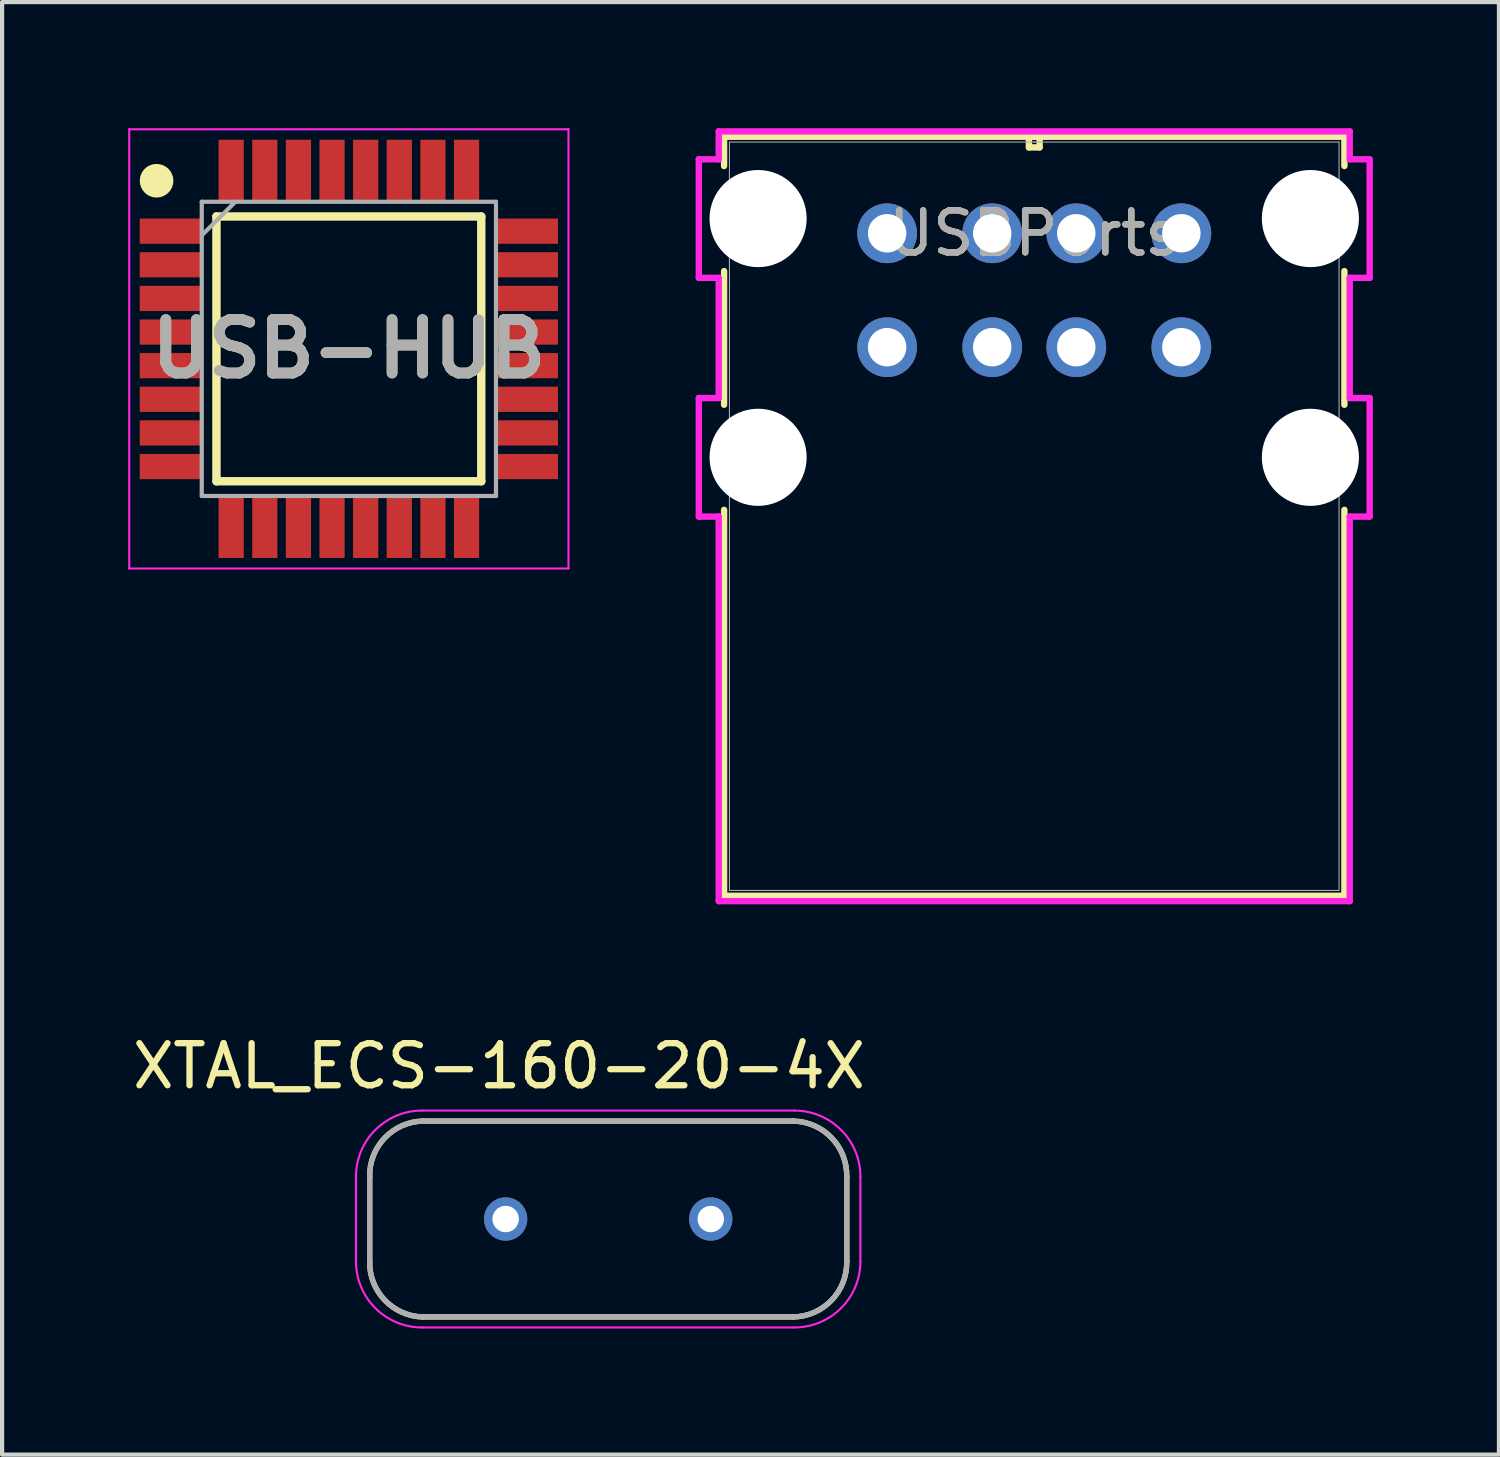
<source format=kicad_pcb>
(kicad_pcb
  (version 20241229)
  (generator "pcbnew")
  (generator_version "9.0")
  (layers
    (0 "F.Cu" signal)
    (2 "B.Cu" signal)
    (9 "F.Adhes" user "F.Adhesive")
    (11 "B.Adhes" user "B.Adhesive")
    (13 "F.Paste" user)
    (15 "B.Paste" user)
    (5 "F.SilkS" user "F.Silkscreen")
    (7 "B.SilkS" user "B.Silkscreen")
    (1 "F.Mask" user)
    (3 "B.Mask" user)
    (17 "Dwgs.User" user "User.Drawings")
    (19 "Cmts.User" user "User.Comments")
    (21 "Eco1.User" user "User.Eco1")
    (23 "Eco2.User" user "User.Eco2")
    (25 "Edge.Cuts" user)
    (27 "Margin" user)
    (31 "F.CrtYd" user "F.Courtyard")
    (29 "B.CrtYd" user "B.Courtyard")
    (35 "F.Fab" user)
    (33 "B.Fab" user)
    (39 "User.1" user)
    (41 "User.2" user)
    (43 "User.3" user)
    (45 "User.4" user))
  (footprint "USBPorts"
    (layer "F.Cu")
    (at 18.056 2.5)
    (property "Reference" "USBPorts" (at 3.5 0 0) (unlocked yes) (layer "F.SilkS") (effects (font (size 1 1) (thickness 0.15))))
    (attr through_hole)
    (fp_line (start -3.879 -2.297) (end -3.879 -1.6) (stroke (width 0.152) (type solid)) (layer "F.SilkS"))
    (fp_line (start -3.879 0.9) (end -3.879 4.08) (stroke (width 0.152) (type solid)) (layer "F.SilkS"))
    (fp_line (start -3.879 6.58) (end -3.879 15.762) (stroke (width 0.152) (type solid)) (layer "F.SilkS"))
    (fp_line (start -3.879 15.762) (end 10.879 15.762) (stroke (width 0.152) (type solid)) (layer "F.SilkS"))
    (fp_line (start 3.373 -2.297) (end 3.373 -2.043) (stroke (width 0.152) (type solid)) (layer "F.SilkS"))
    (fp_line (start 3.373 -2.043) (end 3.627 -2.043) (stroke (width 0.152) (type solid)) (layer "F.SilkS"))
    (fp_line (start 3.627 -2.297) (end 3.373 -2.297) (stroke (width 0.152) (type solid)) (layer "F.SilkS"))
    (fp_line (start 3.627 -2.043) (end 3.627 -2.297) (stroke (width 0.152) (type solid)) (layer "F.SilkS"))
    (fp_line (start 10.879 -2.297) (end -3.879 -2.297) (stroke (width 0.152) (type solid)) (layer "F.SilkS"))
    (fp_line (start 10.879 -1.6) (end 10.879 -2.297) (stroke (width 0.152) (type solid)) (layer "F.SilkS"))
    (fp_line (start 10.879 4.08) (end 10.879 0.9) (stroke (width 0.152) (type solid)) (layer "F.SilkS"))
    (fp_line (start 10.879 15.762) (end 10.879 6.58) (stroke (width 0.152) (type solid)) (layer "F.SilkS"))
    (fp_line (start -4.48 -1.76) (end -4.48 1.06) (stroke (width 0.152) (type solid)) (layer "F.CrtYd"))
    (fp_line (start -4.48 1.06) (end -4.006 1.06) (stroke (width 0.152) (type solid)) (layer "F.CrtYd"))
    (fp_line (start -4.48 3.92) (end -4.48 6.74) (stroke (width 0.152) (type solid)) (layer "F.CrtYd"))
    (fp_line (start -4.48 6.74) (end -4.006 6.74) (stroke (width 0.152) (type solid)) (layer "F.CrtYd"))
    (fp_line (start -4.006 -2.424) (end -4.006 -1.76) (stroke (width 0.152) (type solid)) (layer "F.CrtYd"))
    (fp_line (start -4.006 -1.76) (end -4.48 -1.76) (stroke (width 0.152) (type solid)) (layer "F.CrtYd"))
    (fp_line (start -4.006 1.06) (end -4.006 3.92) (stroke (width 0.152) (type solid)) (layer "F.CrtYd"))
    (fp_line (start -4.006 3.92) (end -4.48 3.92) (stroke (width 0.152) (type solid)) (layer "F.CrtYd"))
    (fp_line (start -4.006 6.74) (end -4.006 15.889) (stroke (width 0.152) (type solid)) (layer "F.CrtYd"))
    (fp_line (start -4.006 15.889) (end 11.006 15.889) (stroke (width 0.152) (type solid)) (layer "F.CrtYd"))
    (fp_line (start 11.006 -2.424) (end -4.006 -2.424) (stroke (width 0.152) (type solid)) (layer "F.CrtYd"))
    (fp_line (start 11.006 -1.76) (end 11.006 -2.424) (stroke (width 0.152) (type solid)) (layer "F.CrtYd"))
    (fp_line (start 11.006 1.06) (end 11.48 1.06) (stroke (width 0.152) (type solid)) (layer "F.CrtYd"))
    (fp_line (start 11.006 3.92) (end 11.006 1.06) (stroke (width 0.152) (type solid)) (layer "F.CrtYd"))
    (fp_line (start 11.006 6.74) (end 11.48 6.74) (stroke (width 0.152) (type solid)) (layer "F.CrtYd"))
    (fp_line (start 11.006 15.889) (end 11.006 6.74) (stroke (width 0.152) (type solid)) (layer "F.CrtYd"))
    (fp_line (start 11.48 -1.76) (end 11.006 -1.76) (stroke (width 0.152) (type solid)) (layer "F.CrtYd"))
    (fp_line (start 11.48 1.06) (end 11.48 -1.76) (stroke (width 0.152) (type solid)) (layer "F.CrtYd"))
    (fp_line (start 11.48 3.92) (end 11.006 3.92) (stroke (width 0.152) (type solid)) (layer "F.CrtYd"))
    (fp_line (start 11.48 6.74) (end 11.48 3.92) (stroke (width 0.152) (type solid)) (layer "F.CrtYd"))
    (fp_line (start -3.752 -2.17) (end -3.752 15.635) (stroke (width 0.025) (type solid)) (layer "F.Fab"))
    (fp_line (start -3.752 15.635) (end 10.752 15.635) (stroke (width 0.025) (type solid)) (layer "F.Fab"))
    (fp_line (start 3.5 -2.17) (end 3.5 -2.17) (stroke (width 0.025) (type solid)) (layer "F.Fab"))
    (fp_line (start 3.5 -2.17) (end 3.5 -2.17) (stroke (width 0.025) (type solid)) (layer "F.Fab"))
    (fp_line (start 3.5 -2.17) (end 3.5 -2.17) (stroke (width 0.025) (type solid)) (layer "F.Fab"))
    (fp_line (start 3.5 -2.17) (end 3.5 -2.17) (stroke (width 0.025) (type solid)) (layer "F.Fab"))
    (fp_line (start 10.752 -2.17) (end -3.752 -2.17) (stroke (width 0.025) (type solid)) (layer "F.Fab"))
    (fp_line (start 10.752 15.635) (end 10.752 -2.17) (stroke (width 0.025) (type solid)) (layer "F.Fab"))
    (fp_text user "*" (at -2.54 0 0) (layer "F.SilkS") (effects (font (size 1 1) (thickness 0.15))))
    (fp_text user "*" (at -2.54 0 0) (unlocked yes) (layer "F.SilkS") (effects (font (size 1 1) (thickness 0.15))))
    (fp_text user "*" (at -2.54 0 0) (unlocked yes) (layer "F.Fab") (effects (font (size 1 1) (thickness 0.15))))
    (fp_text user "${REFERENCE}" (at 3.5 0 0) (unlocked yes) (layer "F.Fab") (effects (font (size 1 1) (thickness 0.15))))
    (fp_text user "*" (at -2.54 0 0) (layer "F.Fab") (effects (font (size 1 1) (thickness 0.15))))
    (pad "" np_thru_hole circle (at -3.07 -0.35) (size 2.311 2.311) (drill 2.311) (layers "*.Cu" "*.Mask"))
    (pad "" np_thru_hole circle (at -3.07 5.33) (size 2.311 2.311) (drill 2.311) (layers "*.Cu" "*.Mask"))
    (pad "" np_thru_hole circle (at 10.07 -0.35) (size 2.311 2.311) (drill 2.311) (layers "*.Cu" "*.Mask"))
    (pad "" np_thru_hole circle (at 10.07 5.33) (size 2.311 2.311) (drill 2.311) (layers "*.Cu" "*.Mask"))
    (pad "1" thru_hole circle (at 0 0) (size 1.422 1.422) (drill 0.914) (layers "*.Cu" "*.Mask"))
    (pad "2" thru_hole circle (at 2.5 0) (size 1.422 1.422) (drill 0.914) (layers "*.Cu" "*.Mask"))
    (pad "3" thru_hole circle (at 4.5 0) (size 1.422 1.422) (drill 0.914) (layers "*.Cu" "*.Mask"))
    (pad "4" thru_hole circle (at 7 0) (size 1.422 1.422) (drill 0.914) (layers "*.Cu" "*.Mask"))
    (pad "5" thru_hole circle (at 0 2.71) (size 1.422 1.422) (drill 0.914) (layers "*.Cu" "*.Mask"))
    (pad "6" thru_hole circle (at 2.5 2.71) (size 1.422 1.422) (drill 0.914) (layers "*.Cu" "*.Mask"))
    (pad "7" thru_hole circle (at 4.5 2.71) (size 1.422 1.422) (drill 0.914) (layers "*.Cu" "*.Mask"))
    (pad "8" thru_hole circle (at 7 2.71) (size 1.422 1.422) (drill 0.914) (layers "*.Cu" "*.Mask")))
  (footprint "USB-HUB"
    (layer "F.Cu")
    (at 5.25 5.25)
    (property "Reference" "USB-HUB" (at 0 0 0) (layer "F.SilkS") (effects (font (size 1.27 1.27) (thickness 0.254))))
    (attr smd)
    (fp_line (start -3.15 -3.15) (end 3.15 -3.15) (stroke (width 0.2) (type solid)) (layer "F.SilkS"))
    (fp_line (start -3.15 3.15) (end -3.15 -3.15) (stroke (width 0.2) (type solid)) (layer "F.SilkS"))
    (fp_line (start 3.15 -3.15) (end 3.15 3.15) (stroke (width 0.2) (type solid)) (layer "F.SilkS"))
    (fp_line (start 3.15 3.15) (end -3.15 3.15) (stroke (width 0.2) (type solid)) (layer "F.SilkS"))
    (fp_circle (center -4.575 -4) (end -4.575 -3.8) (stroke (width 0.4) (type solid)) (fill no) (layer "F.SilkS"))
    (fp_line (start -5.225 -5.225) (end 5.225 -5.225) (stroke (width 0.05) (type solid)) (layer "F.CrtYd"))
    (fp_line (start -5.225 5.225) (end -5.225 -5.225) (stroke (width 0.05) (type solid)) (layer "F.CrtYd"))
    (fp_line (start 5.225 -5.225) (end 5.225 5.225) (stroke (width 0.05) (type solid)) (layer "F.CrtYd"))
    (fp_line (start 5.225 5.225) (end -5.225 5.225) (stroke (width 0.05) (type solid)) (layer "F.CrtYd"))
    (fp_line (start -3.5 -3.5) (end 3.5 -3.5) (stroke (width 0.1) (type solid)) (layer "F.Fab"))
    (fp_line (start -3.5 -2.7) (end -2.7 -3.5) (stroke (width 0.1) (type solid)) (layer "F.Fab"))
    (fp_line (start -3.5 3.5) (end -3.5 -3.5) (stroke (width 0.1) (type solid)) (layer "F.Fab"))
    (fp_line (start 3.5 -3.5) (end 3.5 3.5) (stroke (width 0.1) (type solid)) (layer "F.Fab"))
    (fp_line (start 3.5 3.5) (end -3.5 3.5) (stroke (width 0.1) (type solid)) (layer "F.Fab"))
    (fp_text user "${REFERENCE}" (at 0 0 0) (layer "F.Fab") (effects (font (size 1.27 1.27) (thickness 0.254))))
    (pad "1" smd rect (at -4.238 -2.8 90) (size 0.6 1.475) (layers "F.Cu" "F.Mask" "F.Paste"))
    (pad "2" smd rect (at -4.238 -2 90) (size 0.6 1.475) (layers "F.Cu" "F.Mask" "F.Paste"))
    (pad "3" smd rect (at -4.238 -1.2 90) (size 0.6 1.475) (layers "F.Cu" "F.Mask" "F.Paste"))
    (pad "4" smd rect (at -4.238 -0.4 90) (size 0.6 1.475) (layers "F.Cu" "F.Mask" "F.Paste"))
    (pad "5" smd rect (at -4.238 0.4 90) (size 0.6 1.475) (layers "F.Cu" "F.Mask" "F.Paste"))
    (pad "6" smd rect (at -4.238 1.2 90) (size 0.6 1.475) (layers "F.Cu" "F.Mask" "F.Paste"))
    (pad "7" smd rect (at -4.238 2 90) (size 0.6 1.475) (layers "F.Cu" "F.Mask" "F.Paste"))
    (pad "8" smd rect (at -4.238 2.8 90) (size 0.6 1.475) (layers "F.Cu" "F.Mask" "F.Paste"))
    (pad "9" smd rect (at -2.8 4.238) (size 0.6 1.475) (layers "F.Cu" "F.Mask" "F.Paste"))
    (pad "10" smd rect (at -2 4.238) (size 0.6 1.475) (layers "F.Cu" "F.Mask" "F.Paste"))
    (pad "11" smd rect (at -1.2 4.238) (size 0.6 1.475) (layers "F.Cu" "F.Mask" "F.Paste"))
    (pad "12" smd rect (at -0.4 4.238) (size 0.6 1.475) (layers "F.Cu" "F.Mask" "F.Paste"))
    (pad "13" smd rect (at 0.4 4.238) (size 0.6 1.475) (layers "F.Cu" "F.Mask" "F.Paste"))
    (pad "14" smd rect (at 1.2 4.238) (size 0.6 1.475) (layers "F.Cu" "F.Mask" "F.Paste"))
    (pad "15" smd rect (at 2 4.238) (size 0.6 1.475) (layers "F.Cu" "F.Mask" "F.Paste"))
    (pad "16" smd rect (at 2.8 4.238) (size 0.6 1.475) (layers "F.Cu" "F.Mask" "F.Paste"))
    (pad "17" smd rect (at 4.238 2.8 90) (size 0.6 1.475) (layers "F.Cu" "F.Mask" "F.Paste"))
    (pad "18" smd rect (at 4.238 2 90) (size 0.6 1.475) (layers "F.Cu" "F.Mask" "F.Paste"))
    (pad "19" smd rect (at 4.238 1.2 90) (size 0.6 1.475) (layers "F.Cu" "F.Mask" "F.Paste"))
    (pad "20" smd rect (at 4.238 0.4 90) (size 0.6 1.475) (layers "F.Cu" "F.Mask" "F.Paste"))
    (pad "21" smd rect (at 4.238 -0.4 90) (size 0.6 1.475) (layers "F.Cu" "F.Mask" "F.Paste"))
    (pad "22" smd rect (at 4.238 -1.2 90) (size 0.6 1.475) (layers "F.Cu" "F.Mask" "F.Paste"))
    (pad "23" smd rect (at 4.238 -2 90) (size 0.6 1.475) (layers "F.Cu" "F.Mask" "F.Paste"))
    (pad "24" smd rect (at 4.238 -2.8 90) (size 0.6 1.475) (layers "F.Cu" "F.Mask" "F.Paste"))
    (pad "25" smd rect (at 2.8 -4.238) (size 0.6 1.475) (layers "F.Cu" "F.Mask" "F.Paste"))
    (pad "26" smd rect (at 2 -4.238) (size 0.6 1.475) (layers "F.Cu" "F.Mask" "F.Paste"))
    (pad "27" smd rect (at 1.2 -4.238) (size 0.6 1.475) (layers "F.Cu" "F.Mask" "F.Paste"))
    (pad "28" smd rect (at 0.4 -4.238) (size 0.6 1.475) (layers "F.Cu" "F.Mask" "F.Paste"))
    (pad "29" smd rect (at -0.4 -4.238) (size 0.6 1.475) (layers "F.Cu" "F.Mask" "F.Paste"))
    (pad "30" smd rect (at -1.2 -4.238) (size 0.6 1.475) (layers "F.Cu" "F.Mask" "F.Paste"))
    (pad "31" smd rect (at -2 -4.238) (size 0.6 1.475) (layers "F.Cu" "F.Mask" "F.Paste"))
    (pad "32" smd rect (at -2.8 -4.238) (size 0.6 1.475) (layers "F.Cu" "F.Mask" "F.Paste")))
  (footprint "XTAL_ECS-160-20-4X"
    (layer "F.Cu")
    (at 11.42 25.952)
    (property "Reference" "XTAL_ECS-160-20-4X" (at -2.597 -3.638 0) (layer "F.SilkS") (effects (font (size 1.001 1.001) (thickness 0.15))))
    (attr through_hole)
    (fp_line (start -5.675 1.01) (end -5.675 -1.01) (stroke (width 0.127) (type solid)) (layer "F.SilkS"))
    (fp_line (start -4.405 -2.33) (end 4.405 -2.33) (stroke (width 0.127) (type solid)) (layer "F.SilkS"))
    (fp_line (start 4.405 2.33) (end -4.405 2.33) (stroke (width 0.127) (type solid)) (layer "F.SilkS"))
    (fp_line (start 5.675 -1.01) (end 5.675 1.01) (stroke (width 0.127) (type solid)) (layer "F.SilkS"))
    (fp_arc (start -5.675 -1.01) (mid -5.313381 -1.933026) (end -4.405 -2.33) (stroke (width 0.127) (type solid)) (layer "F.SilkS"))
    (fp_arc (start -4.405 2.33) (mid -5.313381 1.933026) (end -5.675 1.01) (stroke (width 0.127) (type solid)) (layer "F.SilkS"))
    (fp_arc (start 4.405 -2.33) (mid 5.313381 -1.933026) (end 5.675 -1.01) (stroke (width 0.127) (type solid)) (layer "F.SilkS"))
    (fp_arc (start 5.675 1.01) (mid 5.313381 1.933026) (end 4.405 2.33) (stroke (width 0.127) (type solid)) (layer "F.SilkS"))
    (fp_line (start -6 1.01) (end -6 -1.01) (stroke (width 0.05) (type solid)) (layer "F.CrtYd"))
    (fp_line (start -4.43 -2.58) (end 4.43 -2.58) (stroke (width 0.05) (type solid)) (layer "F.CrtYd"))
    (fp_line (start 4.43 2.58) (end -4.43 2.58) (stroke (width 0.05) (type solid)) (layer "F.CrtYd"))
    (fp_line (start 6 -1.01) (end 6 1.01) (stroke (width 0.05) (type solid)) (layer "F.CrtYd"))
    (fp_arc (start -6 -1.01) (mid -5.540158 -2.120158) (end -4.43 -2.58) (stroke (width 0.05) (type solid)) (layer "F.CrtYd"))
    (fp_arc (start -4.43 2.58) (mid -5.540158 2.120158) (end -6 1.01) (stroke (width 0.05) (type solid)) (layer "F.CrtYd"))
    (fp_arc (start 4.43 -2.58) (mid 5.540158 -2.120158) (end 6 -1.01) (stroke (width 0.05) (type solid)) (layer "F.CrtYd"))
    (fp_arc (start 6 1.01) (mid 5.540158 2.120158) (end 4.43 2.58) (stroke (width 0.05) (type solid)) (layer "F.CrtYd"))
    (fp_line (start -5.675 1.01) (end -5.675 -1.01) (stroke (width 0.127) (type solid)) (layer "F.Fab"))
    (fp_line (start -4.405 -2.33) (end 4.405 -2.33) (stroke (width 0.127) (type solid)) (layer "F.Fab"))
    (fp_line (start 4.405 2.33) (end -4.405 2.33) (stroke (width 0.127) (type solid)) (layer "F.Fab"))
    (fp_line (start 5.675 -1.01) (end 5.675 1.01) (stroke (width 0.127) (type solid)) (layer "F.Fab"))
    (fp_arc (start -5.675 -1.01) (mid -5.313381 -1.933026) (end -4.405 -2.33) (stroke (width 0.127) (type solid)) (layer "F.Fab"))
    (fp_arc (start -4.405 2.33) (mid -5.313381 1.933026) (end -5.675 1.01) (stroke (width 0.127) (type solid)) (layer "F.Fab"))
    (fp_arc (start 4.405 -2.33) (mid 5.313381 -1.933026) (end 5.675 -1.01) (stroke (width 0.127) (type solid)) (layer "F.Fab"))
    (fp_arc (start 5.675 1.01) (mid 5.313381 1.933026) (end 4.405 2.33) (stroke (width 0.127) (type solid)) (layer "F.Fab"))
    (pad "1" thru_hole circle (at -2.44 0) (size 1.03 1.03) (drill 0.63) (layers "*.Cu" "*.Mask"))
    (pad "2" thru_hole circle (at 2.44 0) (size 1.03 1.03) (drill 0.63) (layers "*.Cu" "*.Mask")))
  (gr_rect
    (start -3 -3)
    (end 32.612 31.557)
    (stroke (width 0.1) (type default))
    (fill no)
    (layer "Edge.Cuts")))
</source>
